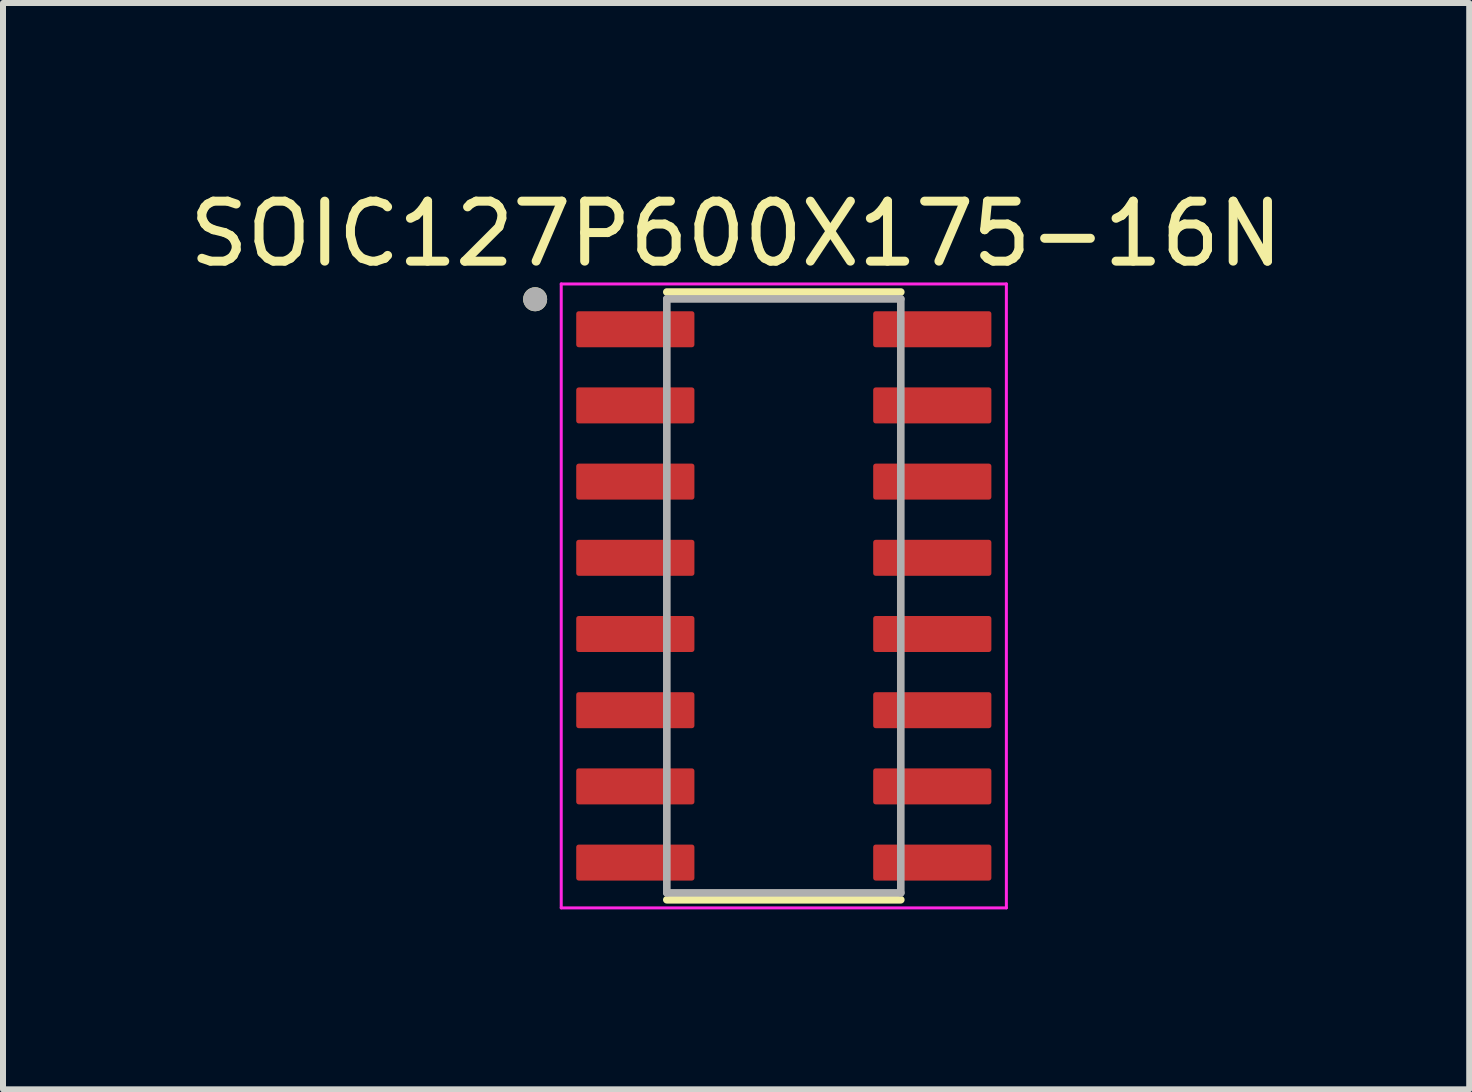
<source format=kicad_pcb>
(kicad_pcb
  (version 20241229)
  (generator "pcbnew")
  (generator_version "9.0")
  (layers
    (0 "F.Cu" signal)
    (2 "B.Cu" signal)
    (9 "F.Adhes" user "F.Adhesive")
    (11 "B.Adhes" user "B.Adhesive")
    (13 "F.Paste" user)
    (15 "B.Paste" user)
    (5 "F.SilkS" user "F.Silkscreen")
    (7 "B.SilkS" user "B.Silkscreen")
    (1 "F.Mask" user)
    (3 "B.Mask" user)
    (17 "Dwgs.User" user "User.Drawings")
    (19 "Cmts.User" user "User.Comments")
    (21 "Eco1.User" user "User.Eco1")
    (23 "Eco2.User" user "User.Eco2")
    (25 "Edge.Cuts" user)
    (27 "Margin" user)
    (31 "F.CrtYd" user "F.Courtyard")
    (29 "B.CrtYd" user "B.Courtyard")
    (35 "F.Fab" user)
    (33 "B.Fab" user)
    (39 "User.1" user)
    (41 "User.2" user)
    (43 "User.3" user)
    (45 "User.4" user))
  (footprint "SOIC127P600X175-16N"
    (layer "F.Cu")
    (at 10.015 6.883)
    (property "Reference" "SOIC127P600X175-16N" (at -0.795 -6.035 0) (layer "F.SilkS") (effects (font (size 1 1) (thickness 0.15))))
    (attr through_hole)
    (fp_line (start -1.95 -5.065) (end 1.95 -5.065) (stroke (width 0.127) (type solid)) (layer "F.SilkS"))
    (fp_line (start -1.95 5.065) (end 1.95 5.065) (stroke (width 0.127) (type solid)) (layer "F.SilkS"))
    (fp_circle (center -4.145 -4.945) (end -4.045 -4.945) (stroke (width 0.2) (type solid)) (fill no) (layer "F.SilkS"))
    (fp_line (start -3.71 -5.2) (end -3.71 5.2) (stroke (width 0.05) (type solid)) (layer "F.CrtYd"))
    (fp_line (start -3.71 -5.2) (end 3.71 -5.2) (stroke (width 0.05) (type solid)) (layer "F.CrtYd"))
    (fp_line (start -3.71 5.2) (end 3.71 5.2) (stroke (width 0.05) (type solid)) (layer "F.CrtYd"))
    (fp_line (start 3.71 -5.2) (end 3.71 5.2) (stroke (width 0.05) (type solid)) (layer "F.CrtYd"))
    (fp_line (start -1.95 -4.95) (end -1.95 4.95) (stroke (width 0.127) (type solid)) (layer "F.Fab"))
    (fp_line (start -1.95 -4.95) (end 1.95 -4.95) (stroke (width 0.127) (type solid)) (layer "F.Fab"))
    (fp_line (start -1.95 4.95) (end 1.95 4.95) (stroke (width 0.127) (type solid)) (layer "F.Fab"))
    (fp_line (start 1.95 -4.95) (end 1.95 4.95) (stroke (width 0.127) (type solid)) (layer "F.Fab"))
    (fp_circle (center -4.145 -4.945) (end -4.045 -4.945) (stroke (width 0.2) (type solid)) (fill no) (layer "F.Fab"))
    (pad "1" smd roundrect (at -2.475 -4.445) (size 1.97 0.6) (layers "F.Cu" "F.Mask" "F.Paste") (roundrect_rratio 0.07))
    (pad "2" smd roundrect (at -2.475 -3.175) (size 1.97 0.6) (layers "F.Cu" "F.Mask" "F.Paste") (roundrect_rratio 0.07))
    (pad "3" smd roundrect (at -2.475 -1.905) (size 1.97 0.6) (layers "F.Cu" "F.Mask" "F.Paste") (roundrect_rratio 0.07))
    (pad "4" smd roundrect (at -2.475 -0.635) (size 1.97 0.6) (layers "F.Cu" "F.Mask" "F.Paste") (roundrect_rratio 0.07))
    (pad "5" smd roundrect (at -2.475 0.635) (size 1.97 0.6) (layers "F.Cu" "F.Mask" "F.Paste") (roundrect_rratio 0.07))
    (pad "6" smd roundrect (at -2.475 1.905) (size 1.97 0.6) (layers "F.Cu" "F.Mask" "F.Paste") (roundrect_rratio 0.07))
    (pad "7" smd roundrect (at -2.475 3.175) (size 1.97 0.6) (layers "F.Cu" "F.Mask" "F.Paste") (roundrect_rratio 0.07))
    (pad "8" smd roundrect (at -2.475 4.445) (size 1.97 0.6) (layers "F.Cu" "F.Mask" "F.Paste") (roundrect_rratio 0.07))
    (pad "9" smd roundrect (at 2.475 4.445) (size 1.97 0.6) (layers "F.Cu" "F.Mask" "F.Paste") (roundrect_rratio 0.07))
    (pad "10" smd roundrect (at 2.475 3.175) (size 1.97 0.6) (layers "F.Cu" "F.Mask" "F.Paste") (roundrect_rratio 0.07))
    (pad "11" smd roundrect (at 2.475 1.905) (size 1.97 0.6) (layers "F.Cu" "F.Mask" "F.Paste") (roundrect_rratio 0.07))
    (pad "12" smd roundrect (at 2.475 0.635) (size 1.97 0.6) (layers "F.Cu" "F.Mask" "F.Paste") (roundrect_rratio 0.07))
    (pad "13" smd roundrect (at 2.475 -0.635) (size 1.97 0.6) (layers "F.Cu" "F.Mask" "F.Paste") (roundrect_rratio 0.07))
    (pad "14" smd roundrect (at 2.475 -1.905) (size 1.97 0.6) (layers "F.Cu" "F.Mask" "F.Paste") (roundrect_rratio 0.07))
    (pad "15" smd roundrect (at 2.475 -3.175) (size 1.97 0.6) (layers "F.Cu" "F.Mask" "F.Paste") (roundrect_rratio 0.07))
    (pad "16" smd roundrect (at 2.475 -4.445) (size 1.97 0.6) (layers "F.Cu" "F.Mask" "F.Paste") (roundrect_rratio 0.07)))
  (gr_rect
    (start -3 -3)
    (end 21.44 15.108)
    (stroke (width 0.1) (type default))
    (fill no)
    (layer "Edge.Cuts")))
</source>
